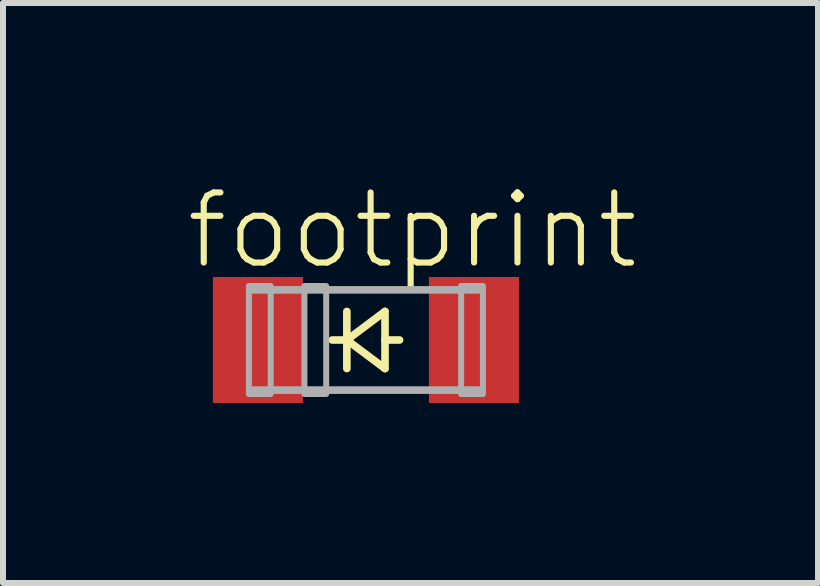
<source format=kicad_pcb>
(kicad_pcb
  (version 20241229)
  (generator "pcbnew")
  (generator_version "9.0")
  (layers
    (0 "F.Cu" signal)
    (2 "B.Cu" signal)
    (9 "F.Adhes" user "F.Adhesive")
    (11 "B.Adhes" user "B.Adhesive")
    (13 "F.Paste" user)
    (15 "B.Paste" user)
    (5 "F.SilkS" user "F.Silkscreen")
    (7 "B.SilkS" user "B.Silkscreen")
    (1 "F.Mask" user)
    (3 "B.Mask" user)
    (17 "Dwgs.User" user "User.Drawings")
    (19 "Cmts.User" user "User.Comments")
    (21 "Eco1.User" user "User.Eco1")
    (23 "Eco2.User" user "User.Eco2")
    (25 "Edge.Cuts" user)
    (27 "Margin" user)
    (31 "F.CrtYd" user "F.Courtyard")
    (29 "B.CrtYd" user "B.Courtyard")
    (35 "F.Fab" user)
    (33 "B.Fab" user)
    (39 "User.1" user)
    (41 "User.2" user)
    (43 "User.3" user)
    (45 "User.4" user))
  (footprint "footprint"
    (layer "F.Cu")
    (at 3.048 2.616)
    (property "Reference" "footprint" (at -3.048 -1.143 0) (layer "F.SilkS") (effects (font (size 1.168 1.168) (thickness 0.102)) (justify left bottom)))
    (fp_line (start -0.318 0) (end -0.561 0) (stroke (width 0.127) (type solid)) (layer "F.SilkS"))
    (fp_line (start -0.318 0) (end -0.318 -0.476) (stroke (width 0.127) (type solid)) (layer "F.SilkS"))
    (fp_line (start -0.318 0) (end -0.318 0.476) (stroke (width 0.127) (type solid)) (layer "F.SilkS"))
    (fp_line (start -0.318 0) (end 0.318 0.476) (stroke (width 0.127) (type solid)) (layer "F.SilkS"))
    (fp_line (start 0.318 -0.476) (end -0.318 0) (stroke (width 0.127) (type solid)) (layer "F.SilkS"))
    (fp_line (start 0.318 0) (end 0.318 -0.476) (stroke (width 0.127) (type solid)) (layer "F.SilkS"))
    (fp_line (start 0.318 0) (end 0.561 0) (stroke (width 0.127) (type solid)) (layer "F.SilkS"))
    (fp_line (start 0.318 0.476) (end 0.318 0) (stroke (width 0.127) (type solid)) (layer "F.SilkS"))
    (fp_line (start -1.873 -0.835) (end 1.873 -0.835) (stroke (width 0.127) (type solid)) (layer "F.Fab"))
    (fp_line (start -1.873 0.835) (end 1.873 0.835) (stroke (width 0.127) (type solid)) (layer "F.Fab"))
    (fp_poly (pts (xy -1.95 0.9) (xy -1.587 0.9) (xy -1.587 -0.9) (xy -1.95 -0.9)) (stroke (width 0.1) (type solid)) (fill no) (layer "F.Fab"))
    (fp_poly (pts (xy -1.025 0.9) (xy -0.662 0.9) (xy -0.662 -0.9) (xy -1.025 -0.9)) (stroke (width 0.1) (type solid)) (fill no) (layer "F.Fab"))
    (fp_poly (pts (xy 1.587 0.9) (xy 1.95 0.9) (xy 1.95 -0.9) (xy 1.587 -0.9)) (stroke (width 0.1) (type solid)) (fill no) (layer "F.Fab"))
    (pad "A" smd rect (at 1.8 0 180) (size 1.5 2.1) (layers "F.Cu" "F.Mask" "F.Paste"))
    (pad "C" smd rect (at -1.8 0 180) (size 1.5 2.1) (layers "F.Cu" "F.Mask" "F.Paste")))
  (gr_rect
    (start -3 -3)
    (end 10.582 6.666)
    (stroke (width 0.1) (type default))
    (fill no)
    (layer "Edge.Cuts")))
</source>
